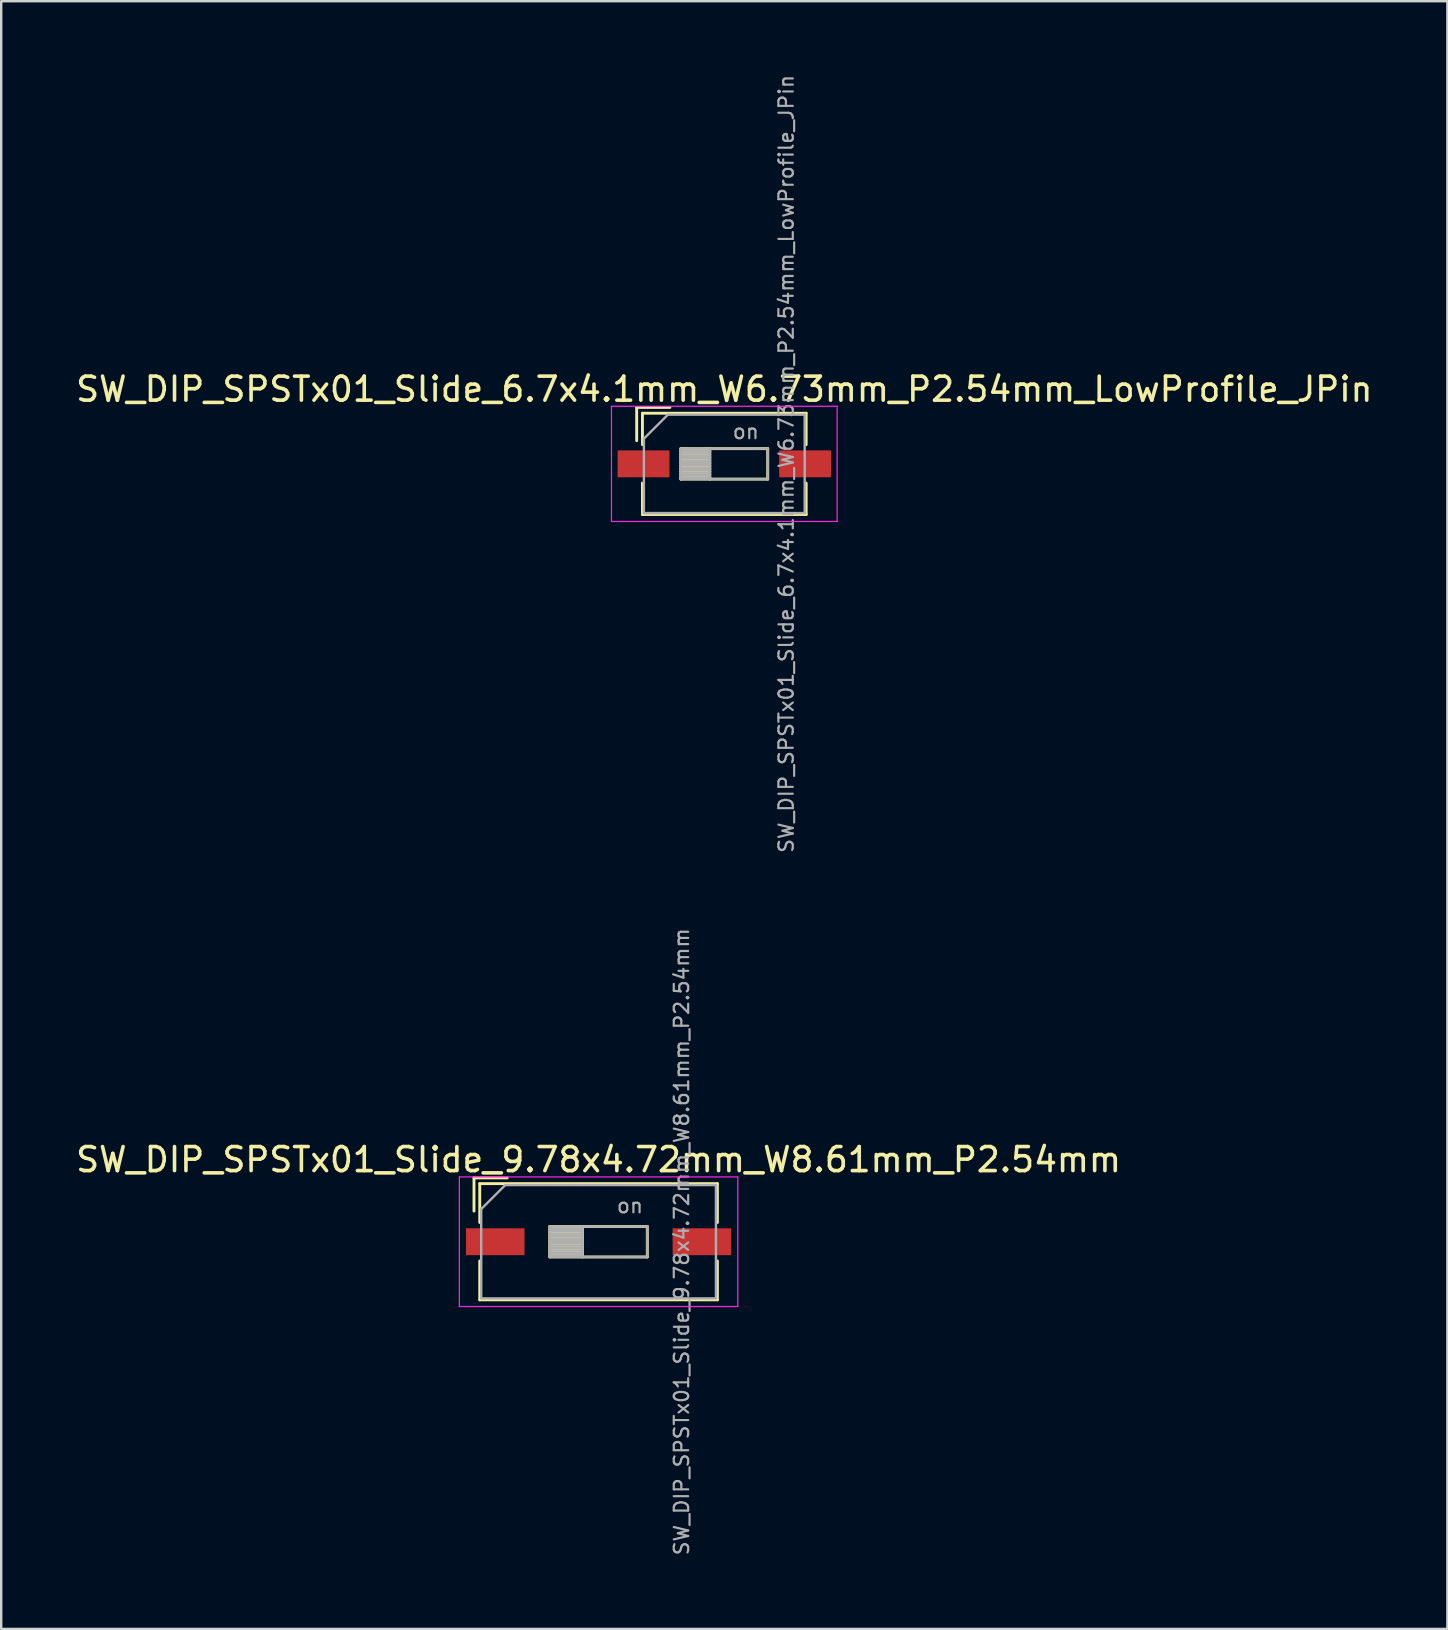
<source format=kicad_pcb>
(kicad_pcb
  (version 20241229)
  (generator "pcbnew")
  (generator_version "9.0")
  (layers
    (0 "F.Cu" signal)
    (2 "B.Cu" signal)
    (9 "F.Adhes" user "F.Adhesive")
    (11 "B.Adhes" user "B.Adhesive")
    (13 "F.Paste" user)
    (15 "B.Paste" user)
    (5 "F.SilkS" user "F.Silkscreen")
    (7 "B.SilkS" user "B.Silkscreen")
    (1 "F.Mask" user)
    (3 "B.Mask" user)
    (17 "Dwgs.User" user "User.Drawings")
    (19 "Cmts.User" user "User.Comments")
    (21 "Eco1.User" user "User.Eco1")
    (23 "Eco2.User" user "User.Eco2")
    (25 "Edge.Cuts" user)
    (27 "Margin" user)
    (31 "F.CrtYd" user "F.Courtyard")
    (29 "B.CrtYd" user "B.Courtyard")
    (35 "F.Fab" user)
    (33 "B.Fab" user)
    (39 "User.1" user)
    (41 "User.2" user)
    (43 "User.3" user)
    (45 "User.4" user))
  (footprint "SW_DIP_SPSTx01_Slide_6.7x4.1mm_W6.73mm_P2.54mm_LowProfile_JPin"
    (layer "F.Cu")
    (at 27.125 16.275)
    (property "Reference" "SW_DIP_SPSTx01_Slide_6.7x4.1mm_W6.73mm_P2.54mm_LowProfile_JPin" (at 0 -3.11 0) (layer "F.SilkS") (effects (font (size 1 1) (thickness 0.15))))
    (attr smd)
    (fp_line (start -3.65 -2.35) (end -3.65 -0.967) (stroke (width 0.12) (type solid)) (layer "F.SilkS"))
    (fp_line (start -3.65 -2.35) (end -2.267 -2.35) (stroke (width 0.12) (type solid)) (layer "F.SilkS"))
    (fp_line (start -3.41 -2.11) (end -3.41 -0.8) (stroke (width 0.12) (type solid)) (layer "F.SilkS"))
    (fp_line (start -3.41 -2.11) (end 3.41 -2.11) (stroke (width 0.12) (type solid)) (layer "F.SilkS"))
    (fp_line (start -3.41 0.8) (end -3.41 2.11) (stroke (width 0.12) (type solid)) (layer "F.SilkS"))
    (fp_line (start -3.41 2.11) (end 3.41 2.11) (stroke (width 0.12) (type solid)) (layer "F.SilkS"))
    (fp_line (start -1.81 -0.635) (end -1.81 0.635) (stroke (width 0.12) (type solid)) (layer "F.SilkS"))
    (fp_line (start -1.81 -0.515) (end -0.603 -0.515) (stroke (width 0.12) (type solid)) (layer "F.SilkS"))
    (fp_line (start -1.81 -0.395) (end -0.603 -0.395) (stroke (width 0.12) (type solid)) (layer "F.SilkS"))
    (fp_line (start -1.81 -0.275) (end -0.603 -0.275) (stroke (width 0.12) (type solid)) (layer "F.SilkS"))
    (fp_line (start -1.81 -0.155) (end -0.603 -0.155) (stroke (width 0.12) (type solid)) (layer "F.SilkS"))
    (fp_line (start -1.81 -0.035) (end -0.603 -0.035) (stroke (width 0.12) (type solid)) (layer "F.SilkS"))
    (fp_line (start -1.81 0.085) (end -0.603 0.085) (stroke (width 0.12) (type solid)) (layer "F.SilkS"))
    (fp_line (start -1.81 0.205) (end -0.603 0.205) (stroke (width 0.12) (type solid)) (layer "F.SilkS"))
    (fp_line (start -1.81 0.325) (end -0.603 0.325) (stroke (width 0.12) (type solid)) (layer "F.SilkS"))
    (fp_line (start -1.81 0.445) (end -0.603 0.445) (stroke (width 0.12) (type solid)) (layer "F.SilkS"))
    (fp_line (start -1.81 0.565) (end -0.603 0.565) (stroke (width 0.12) (type solid)) (layer "F.SilkS"))
    (fp_line (start -1.81 0.635) (end 1.81 0.635) (stroke (width 0.12) (type solid)) (layer "F.SilkS"))
    (fp_line (start -0.603 -0.635) (end -0.603 0.635) (stroke (width 0.12) (type solid)) (layer "F.SilkS"))
    (fp_line (start 1.81 -0.635) (end -1.81 -0.635) (stroke (width 0.12) (type solid)) (layer "F.SilkS"))
    (fp_line (start 1.81 0.635) (end 1.81 -0.635) (stroke (width 0.12) (type solid)) (layer "F.SilkS"))
    (fp_line (start 3.41 -2.11) (end 3.41 -0.8) (stroke (width 0.12) (type solid)) (layer "F.SilkS"))
    (fp_line (start 3.41 0.8) (end 3.41 2.11) (stroke (width 0.12) (type solid)) (layer "F.SilkS"))
    (fp_line (start -4.7 -2.4) (end -4.7 2.4) (stroke (width 0.05) (type solid)) (layer "F.CrtYd"))
    (fp_line (start -4.7 2.4) (end 4.7 2.4) (stroke (width 0.05) (type solid)) (layer "F.CrtYd"))
    (fp_line (start 4.7 -2.4) (end -4.7 -2.4) (stroke (width 0.05) (type solid)) (layer "F.CrtYd"))
    (fp_line (start 4.7 2.4) (end 4.7 -2.4) (stroke (width 0.05) (type solid)) (layer "F.CrtYd"))
    (fp_line (start -3.35 -1.05) (end -2.35 -2.05) (stroke (width 0.1) (type solid)) (layer "F.Fab"))
    (fp_line (start -3.35 2.05) (end -3.35 -1.05) (stroke (width 0.1) (type solid)) (layer "F.Fab"))
    (fp_line (start -2.35 -2.05) (end 3.35 -2.05) (stroke (width 0.1) (type solid)) (layer "F.Fab"))
    (fp_line (start -1.81 -0.635) (end -1.81 0.635) (stroke (width 0.1) (type solid)) (layer "F.Fab"))
    (fp_line (start -1.81 -0.535) (end -0.603 -0.535) (stroke (width 0.1) (type solid)) (layer "F.Fab"))
    (fp_line (start -1.81 -0.435) (end -0.603 -0.435) (stroke (width 0.1) (type solid)) (layer "F.Fab"))
    (fp_line (start -1.81 -0.335) (end -0.603 -0.335) (stroke (width 0.1) (type solid)) (layer "F.Fab"))
    (fp_line (start -1.81 -0.235) (end -0.603 -0.235) (stroke (width 0.1) (type solid)) (layer "F.Fab"))
    (fp_line (start -1.81 -0.135) (end -0.603 -0.135) (stroke (width 0.1) (type solid)) (layer "F.Fab"))
    (fp_line (start -1.81 -0.035) (end -0.603 -0.035) (stroke (width 0.1) (type solid)) (layer "F.Fab"))
    (fp_line (start -1.81 0.065) (end -0.603 0.065) (stroke (width 0.1) (type solid)) (layer "F.Fab"))
    (fp_line (start -1.81 0.165) (end -0.603 0.165) (stroke (width 0.1) (type solid)) (layer "F.Fab"))
    (fp_line (start -1.81 0.265) (end -0.603 0.265) (stroke (width 0.1) (type solid)) (layer "F.Fab"))
    (fp_line (start -1.81 0.365) (end -0.603 0.365) (stroke (width 0.1) (type solid)) (layer "F.Fab"))
    (fp_line (start -1.81 0.465) (end -0.603 0.465) (stroke (width 0.1) (type solid)) (layer "F.Fab"))
    (fp_line (start -1.81 0.565) (end -0.603 0.565) (stroke (width 0.1) (type solid)) (layer "F.Fab"))
    (fp_line (start -1.81 0.635) (end 1.81 0.635) (stroke (width 0.1) (type solid)) (layer "F.Fab"))
    (fp_line (start -0.603 -0.635) (end -0.603 0.635) (stroke (width 0.1) (type solid)) (layer "F.Fab"))
    (fp_line (start 1.81 -0.635) (end -1.81 -0.635) (stroke (width 0.1) (type solid)) (layer "F.Fab"))
    (fp_line (start 1.81 0.635) (end 1.81 -0.635) (stroke (width 0.1) (type solid)) (layer "F.Fab"))
    (fp_line (start 3.35 -2.05) (end 3.35 2.05) (stroke (width 0.1) (type solid)) (layer "F.Fab"))
    (fp_line (start 3.35 2.05) (end -3.35 2.05) (stroke (width 0.1) (type solid)) (layer "F.Fab"))
    (fp_text user "on" (at 0.897 -1.343 0) (layer "F.Fab") (effects (font (size 0.6 0.6) (thickness 0.09))))
    (fp_text user "${REFERENCE}" (at 2.58 0 90) (layer "F.Fab") (effects (font (size 0.6 0.6) (thickness 0.09))))
    (pad "1" smd rect (at -3.365 0) (size 2.16 1.12) (layers "F.Cu" "F.Mask" "F.Paste"))
    (pad "2" smd rect (at 3.365 0) (size 2.16 1.12) (layers "F.Cu" "F.Mask" "F.Paste")))
  (footprint "SW_DIP_SPSTx01_Slide_9.78x4.72mm_W8.61mm_P2.54mm"
    (layer "F.Cu")
    (at 21.887 48.682)
    (property "Reference" "SW_DIP_SPSTx01_Slide_9.78x4.72mm_W8.61mm_P2.54mm" (at 0 -3.42 0) (layer "F.SilkS") (effects (font (size 1 1) (thickness 0.15))))
    (attr smd)
    (fp_line (start -5.19 -2.66) (end -5.19 -1.277) (stroke (width 0.12) (type solid)) (layer "F.SilkS"))
    (fp_line (start -5.19 -2.66) (end -3.806 -2.66) (stroke (width 0.12) (type solid)) (layer "F.SilkS"))
    (fp_line (start -4.95 -2.42) (end -4.95 -0.8) (stroke (width 0.12) (type solid)) (layer "F.SilkS"))
    (fp_line (start -4.95 -2.42) (end 4.95 -2.42) (stroke (width 0.12) (type solid)) (layer "F.SilkS"))
    (fp_line (start -4.95 0.8) (end -4.95 2.42) (stroke (width 0.12) (type solid)) (layer "F.SilkS"))
    (fp_line (start -4.95 2.42) (end 4.95 2.42) (stroke (width 0.12) (type solid)) (layer "F.SilkS"))
    (fp_line (start -2.03 -0.635) (end -2.03 0.635) (stroke (width 0.12) (type solid)) (layer "F.SilkS"))
    (fp_line (start -2.03 -0.515) (end -0.677 -0.515) (stroke (width 0.12) (type solid)) (layer "F.SilkS"))
    (fp_line (start -2.03 -0.395) (end -0.677 -0.395) (stroke (width 0.12) (type solid)) (layer "F.SilkS"))
    (fp_line (start -2.03 -0.275) (end -0.677 -0.275) (stroke (width 0.12) (type solid)) (layer "F.SilkS"))
    (fp_line (start -2.03 -0.155) (end -0.677 -0.155) (stroke (width 0.12) (type solid)) (layer "F.SilkS"))
    (fp_line (start -2.03 -0.035) (end -0.677 -0.035) (stroke (width 0.12) (type solid)) (layer "F.SilkS"))
    (fp_line (start -2.03 0.085) (end -0.677 0.085) (stroke (width 0.12) (type solid)) (layer "F.SilkS"))
    (fp_line (start -2.03 0.205) (end -0.677 0.205) (stroke (width 0.12) (type solid)) (layer "F.SilkS"))
    (fp_line (start -2.03 0.325) (end -0.677 0.325) (stroke (width 0.12) (type solid)) (layer "F.SilkS"))
    (fp_line (start -2.03 0.445) (end -0.677 0.445) (stroke (width 0.12) (type solid)) (layer "F.SilkS"))
    (fp_line (start -2.03 0.565) (end -0.677 0.565) (stroke (width 0.12) (type solid)) (layer "F.SilkS"))
    (fp_line (start -2.03 0.635) (end 2.03 0.635) (stroke (width 0.12) (type solid)) (layer "F.SilkS"))
    (fp_line (start -0.677 -0.635) (end -0.677 0.635) (stroke (width 0.12) (type solid)) (layer "F.SilkS"))
    (fp_line (start 2.03 -0.635) (end -2.03 -0.635) (stroke (width 0.12) (type solid)) (layer "F.SilkS"))
    (fp_line (start 2.03 0.635) (end 2.03 -0.635) (stroke (width 0.12) (type solid)) (layer "F.SilkS"))
    (fp_line (start 4.95 -2.42) (end 4.95 -0.8) (stroke (width 0.12) (type solid)) (layer "F.SilkS"))
    (fp_line (start 4.95 0.8) (end 4.95 2.42) (stroke (width 0.12) (type solid)) (layer "F.SilkS"))
    (fp_line (start -5.8 -2.7) (end -5.8 2.7) (stroke (width 0.05) (type solid)) (layer "F.CrtYd"))
    (fp_line (start -5.8 2.7) (end 5.8 2.7) (stroke (width 0.05) (type solid)) (layer "F.CrtYd"))
    (fp_line (start 5.8 -2.7) (end -5.8 -2.7) (stroke (width 0.05) (type solid)) (layer "F.CrtYd"))
    (fp_line (start 5.8 2.7) (end 5.8 -2.7) (stroke (width 0.05) (type solid)) (layer "F.CrtYd"))
    (fp_line (start -4.89 -1.36) (end -3.89 -2.36) (stroke (width 0.1) (type solid)) (layer "F.Fab"))
    (fp_line (start -4.89 2.36) (end -4.89 -1.36) (stroke (width 0.1) (type solid)) (layer "F.Fab"))
    (fp_line (start -3.89 -2.36) (end 4.89 -2.36) (stroke (width 0.1) (type solid)) (layer "F.Fab"))
    (fp_line (start -2.03 -0.635) (end -2.03 0.635) (stroke (width 0.1) (type solid)) (layer "F.Fab"))
    (fp_line (start -2.03 -0.535) (end -0.677 -0.535) (stroke (width 0.1) (type solid)) (layer "F.Fab"))
    (fp_line (start -2.03 -0.435) (end -0.677 -0.435) (stroke (width 0.1) (type solid)) (layer "F.Fab"))
    (fp_line (start -2.03 -0.335) (end -0.677 -0.335) (stroke (width 0.1) (type solid)) (layer "F.Fab"))
    (fp_line (start -2.03 -0.235) (end -0.677 -0.235) (stroke (width 0.1) (type solid)) (layer "F.Fab"))
    (fp_line (start -2.03 -0.135) (end -0.677 -0.135) (stroke (width 0.1) (type solid)) (layer "F.Fab"))
    (fp_line (start -2.03 -0.035) (end -0.677 -0.035) (stroke (width 0.1) (type solid)) (layer "F.Fab"))
    (fp_line (start -2.03 0.065) (end -0.677 0.065) (stroke (width 0.1) (type solid)) (layer "F.Fab"))
    (fp_line (start -2.03 0.165) (end -0.677 0.165) (stroke (width 0.1) (type solid)) (layer "F.Fab"))
    (fp_line (start -2.03 0.265) (end -0.677 0.265) (stroke (width 0.1) (type solid)) (layer "F.Fab"))
    (fp_line (start -2.03 0.365) (end -0.677 0.365) (stroke (width 0.1) (type solid)) (layer "F.Fab"))
    (fp_line (start -2.03 0.465) (end -0.677 0.465) (stroke (width 0.1) (type solid)) (layer "F.Fab"))
    (fp_line (start -2.03 0.565) (end -0.677 0.565) (stroke (width 0.1) (type solid)) (layer "F.Fab"))
    (fp_line (start -2.03 0.635) (end 2.03 0.635) (stroke (width 0.1) (type solid)) (layer "F.Fab"))
    (fp_line (start -0.677 -0.635) (end -0.677 0.635) (stroke (width 0.1) (type solid)) (layer "F.Fab"))
    (fp_line (start 2.03 -0.635) (end -2.03 -0.635) (stroke (width 0.1) (type solid)) (layer "F.Fab"))
    (fp_line (start 2.03 0.635) (end 2.03 -0.635) (stroke (width 0.1) (type solid)) (layer "F.Fab"))
    (fp_line (start 4.89 -2.36) (end 4.89 2.36) (stroke (width 0.1) (type solid)) (layer "F.Fab"))
    (fp_line (start 4.89 2.36) (end -4.89 2.36) (stroke (width 0.1) (type solid)) (layer "F.Fab"))
    (fp_text user "${REFERENCE}" (at 3.46 0 90) (layer "F.Fab") (effects (font (size 0.6 0.6) (thickness 0.09))))
    (fp_text user "on" (at 1.308 -1.498 0) (layer "F.Fab") (effects (font (size 0.6 0.6) (thickness 0.09))))
    (pad "1" smd rect (at -4.305 0) (size 2.44 1.12) (layers "F.Cu" "F.Mask" "F.Paste"))
    (pad "2" smd rect (at 4.305 0) (size 2.44 1.12) (layers "F.Cu" "F.Mask" "F.Paste")))
  (gr_rect
    (start -3 -3)
    (end 57.25 64.814)
    (stroke (width 0.1) (type default))
    (fill no)
    (layer "Edge.Cuts")))
</source>
